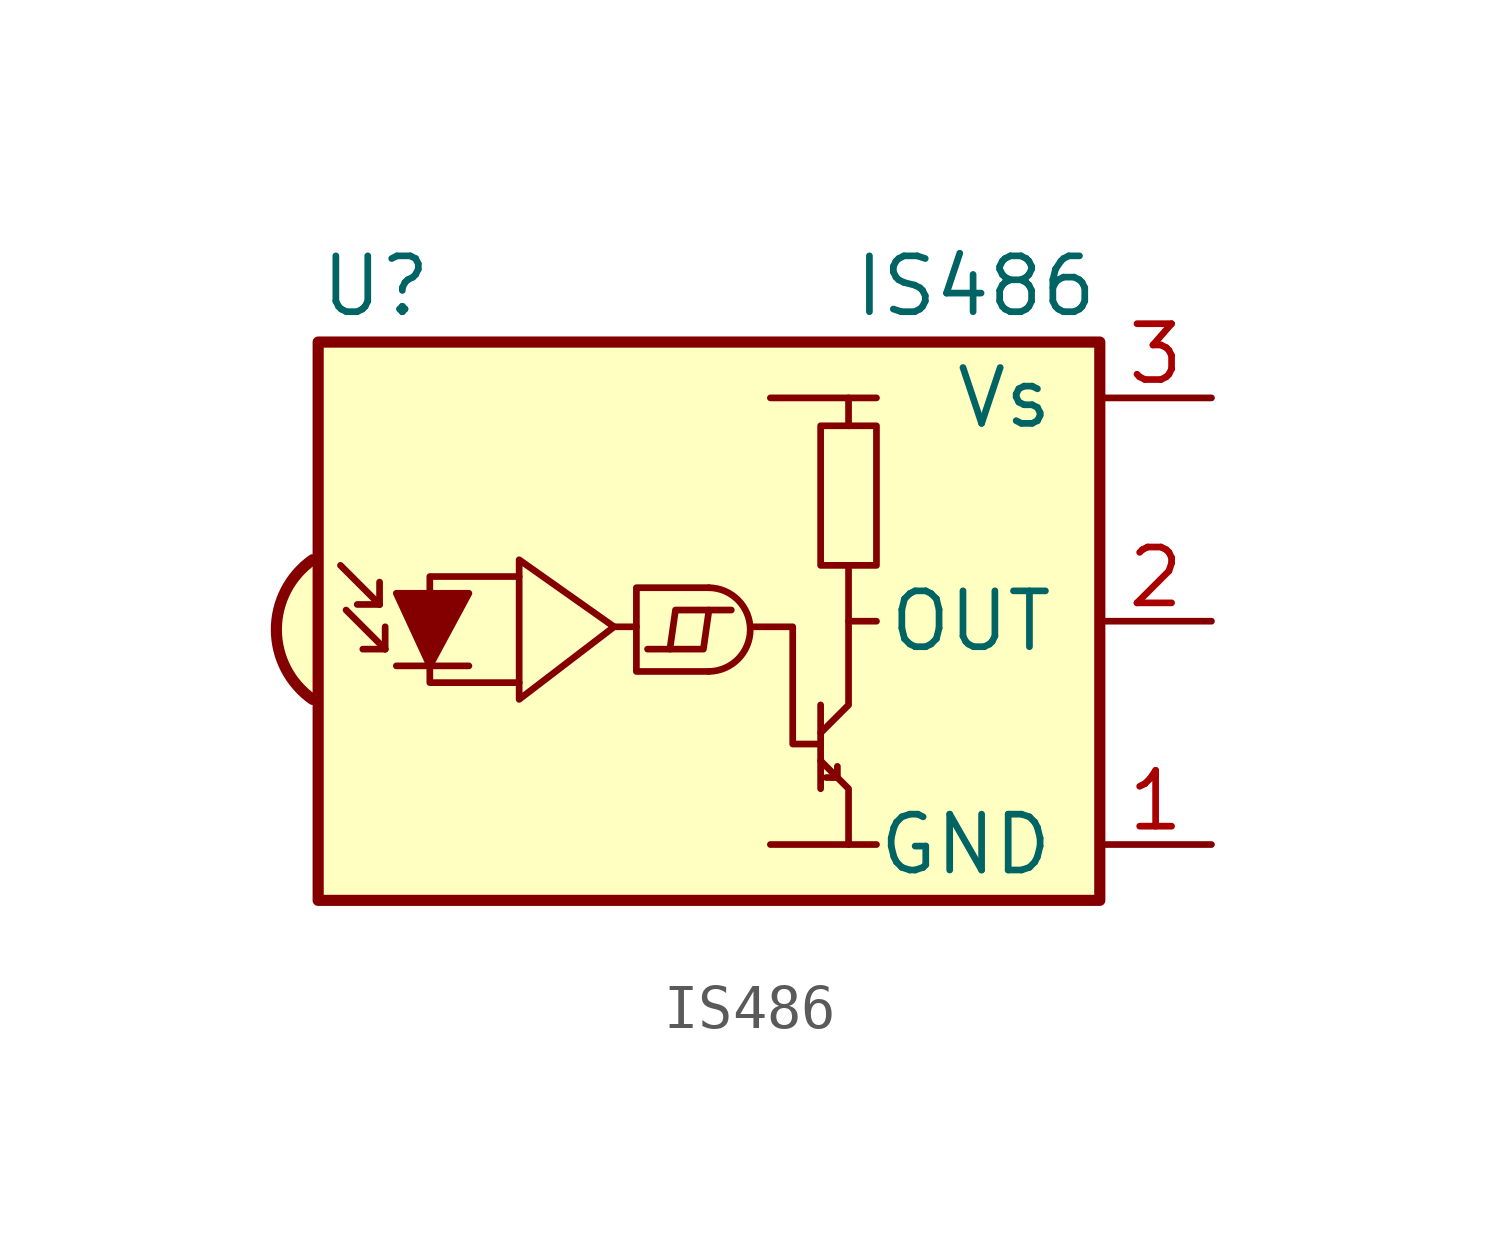
<source format=kicad_sym>
(kicad_symbol_lib
  (version 20201005)
  (generator kicad_symbol_editor)
  (symbol "Interface_Optical:IS486"
    (pin_names
      (offset 1.016))
    (property "Reference" "U"
      (at -10.16 7.62 0)
      (effects (font (size 1.27 1.27)) (justify left)))
    (property "Value" "IS486"
      (at 7.62 7.62 0)
      (effects (font (size 1.27 1.27)) (justify right)))
    (symbol "IS486_0_0"
      (arc (start -10.287 1.397) (end -10.287 -1.778) (radius (at -9.144 -0.1778) (length 1.9558) (angles 126 -125.5)) (stroke (width 0.254)) (fill (type background)))
      (polyline (pts (xy 1.905 -5.08) (xy 0.127 -5.08)) (stroke (width 0)) (fill (type none)))
      (polyline (pts (xy 1.905 5.08) (xy 0.127 5.08)) (stroke (width 0)) (fill (type none))))
    (symbol "IS486_0_1"
      (arc (start -1.27 -1.143) (end -1.27 0.762) (radius (at -1.27 -0.1778) (length 0.9398) (angles -89.9 89.9)) (stroke (width 0)) (fill (type none)))
      (rectangle (start 2.54 1.27) (end 1.27 4.445) (stroke (width 0)) (fill (type none)))
      (rectangle (start 7.62 6.35) (end -10.16 -6.35) (stroke (width 0.254)) (fill (type background)))
      (polyline (pts (xy -8.763 0.381) (xy -9.652 1.27)) (stroke (width 0)) (fill (type none)))
      (polyline (pts (xy -8.763 0.381) (xy -9.271 0.381)) (stroke (width 0)) (fill (type none)))
      (polyline (pts (xy -8.763 0.381) (xy -8.763 0.889)) (stroke (width 0)) (fill (type none)))
      (polyline (pts (xy -8.636 -0.635) (xy -9.525 0.254)) (stroke (width 0)) (fill (type none)))
      (polyline (pts (xy -8.636 -0.635) (xy -9.144 -0.635)) (stroke (width 0)) (fill (type none)))
      (polyline (pts (xy -8.636 -0.635) (xy -8.636 -0.127)) (stroke (width 0)) (fill (type none)))
      (polyline (pts (xy -8.382 -1.016) (xy -6.731 -1.016)) (stroke (width 0)) (fill (type none)))
      (polyline (pts (xy -3.429 -0.127) (xy -2.921 -0.127)) (stroke (width 0)) (fill (type none)))
      (polyline (pts (xy 1.27 -1.905) (xy 1.27 -3.81)) (stroke (width 0)) (fill (type none)))
      (polyline (pts (xy 1.397 -3.556) (xy 1.524 -3.556)) (stroke (width 0)) (fill (type none)))
      (polyline (pts (xy 1.651 -3.556) (xy 1.524 -3.556)) (stroke (width 0)) (fill (type none)))
      (polyline (pts (xy 1.651 -3.556) (xy 1.651 -3.302)) (stroke (width 0)) (fill (type none)))
      (polyline (pts (xy 1.905 0) (xy 1.905 1.27)) (stroke (width 0)) (fill (type none)))
      (polyline (pts (xy -2.667 -0.635) (xy -1.397 -0.635) (xy -1.27 0.254)) (stroke (width 0)) (fill (type none)))
      (polyline (pts (xy -0.762 0.254) (xy -2.032 0.254) (xy -2.159 -0.635)) (stroke (width 0)) (fill (type none)))
      (polyline (pts (xy 1.905 4.445) (xy 1.905 5.08) (xy 2.54 5.08)) (stroke (width 0)) (fill (type none)))
      (polyline (pts (xy -8.382 0.635) (xy -6.731 0.635) (xy -7.62 -1.016) (xy -8.382 0.635)) (stroke (width 0)) (fill (type outline)))
      (polyline (pts (xy -5.588 -1.397) (xy -7.62 -1.397) (xy -7.62 1.016) (xy -5.588 1.016)) (stroke (width 0)) (fill (type none)))
      (polyline (pts (xy -3.429 -0.127) (xy -5.588 1.397) (xy -5.588 -1.778) (xy -3.429 -0.127)) (stroke (width 0)) (fill (type none)))
      (polyline (pts (xy -1.27 0.762) (xy -2.921 0.762) (xy -2.921 -1.143) (xy -1.27 -1.143)) (stroke (width 0)) (fill (type none)))
      (polyline (pts (xy 1.27 -3.175) (xy 1.905 -3.81) (xy 1.905 -5.08) (xy 2.54 -5.08)) (stroke (width 0)) (fill (type none)))
      (polyline (pts (xy 1.27 -2.794) (xy 0.635 -2.794) (xy 0.635 -0.127) (xy -0.254 -0.127)) (stroke (width 0)) (fill (type none)))
      (polyline (pts (xy 1.27 -2.54) (xy 1.905 -1.905) (xy 1.905 0) (xy 2.54 0)) (stroke (width 0)) (fill (type none))))
    (symbol "IS486_1_1"
      (pin power_in line (at 10.16 -5.08 180) (length 2.54) (name "GND" (effects (font (size 1.27 1.27)))) (number "1" (effects (font (size 1.27 1.27)))))
      (pin output line (at 10.16 0 180) (length 2.54) (name "OUT" (effects (font (size 1.27 1.27)))) (number "2" (effects (font (size 1.27 1.27)))))
      (pin power_in line (at 10.16 5.08 180) (length 2.54) (name "Vs" (effects (font (size 1.27 1.27)))) (number "3" (effects (font (size 1.27 1.27))))))))
</source>
